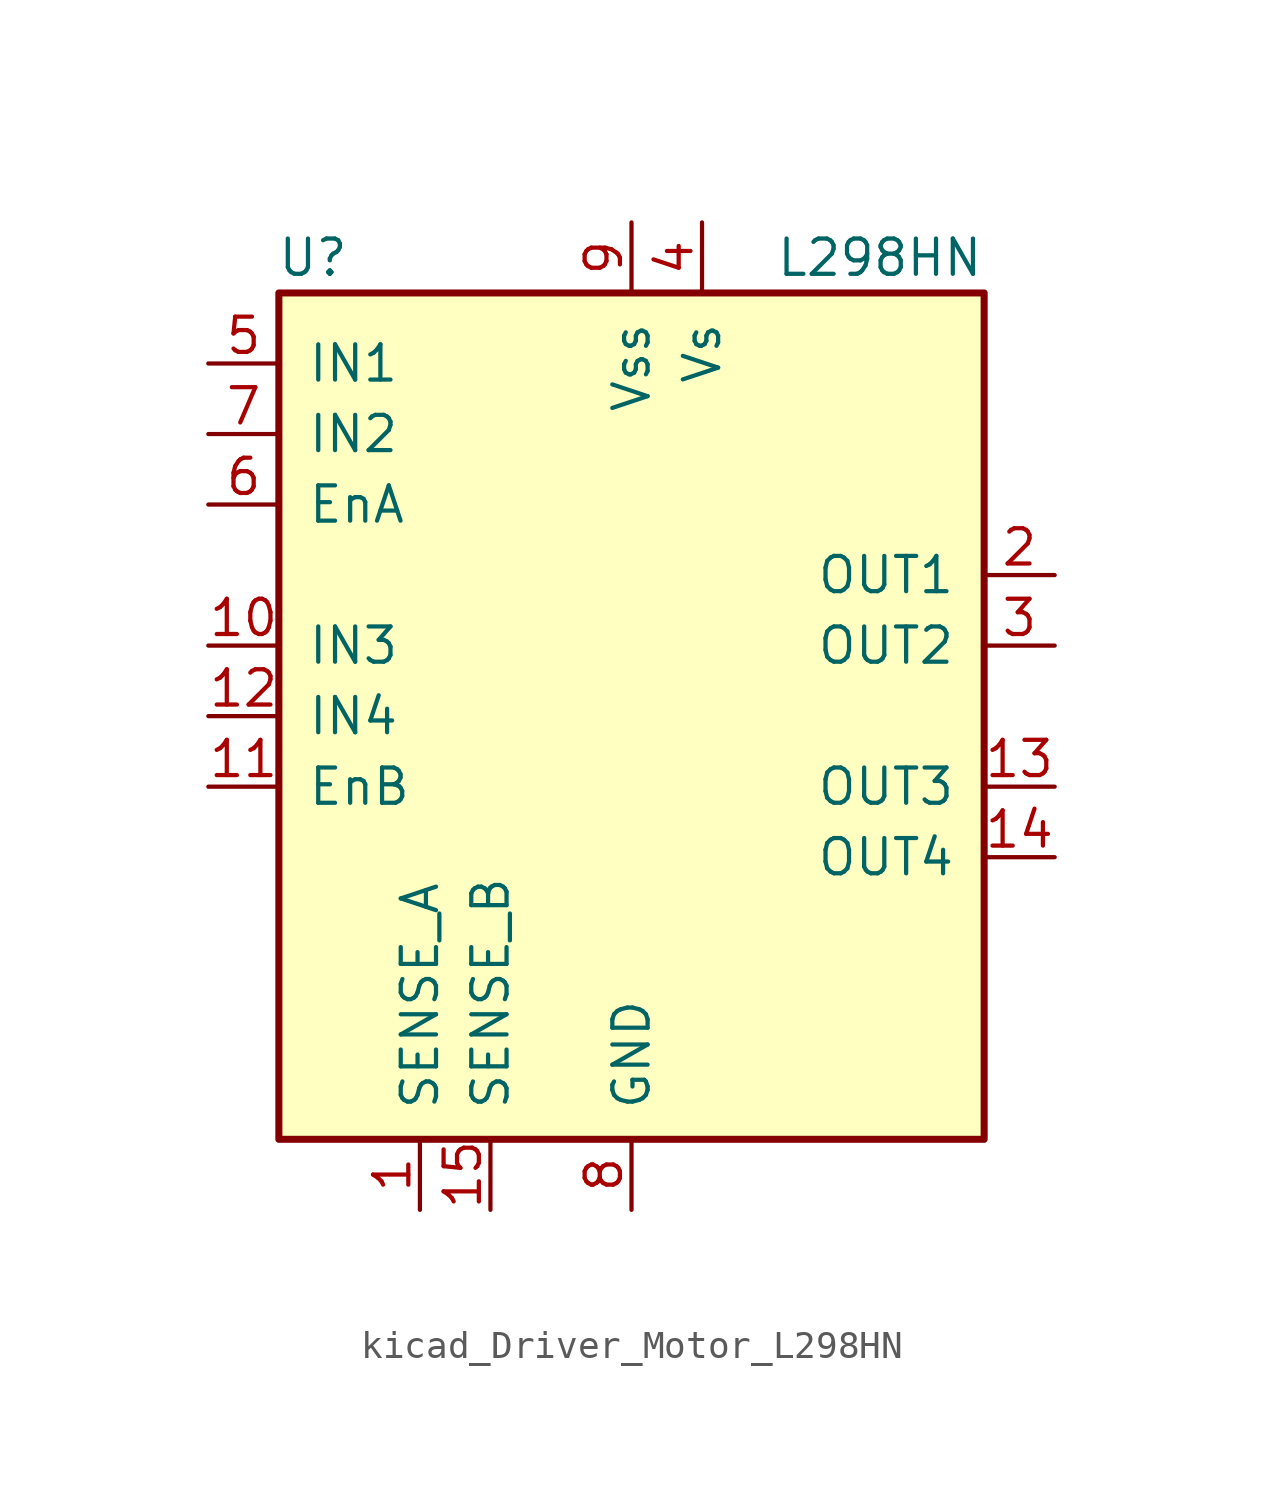
<source format=kicad_sym>
(kicad_symbol_lib
  (version 20220914)
  (generator kicad_symbol_editor)
  (symbol "kicad_Driver_Motor_L298HN"
    (pin_names
      (offset 1.016))
    (property "Reference" "U"
      (at -10.16 16.51 0)
      (effects (font (size 1.27 1.27)) (justify right)))
    (property "Value" "L298HN"
      (at 12.7 16.51 0)
      (effects (font (size 1.27 1.27)) (justify right)))
    (symbol "kicad_Driver_Motor_L298HN_0_1"
      (rectangle (start -12.7 15.24) (end 12.7 -15.24) (stroke (width 0.254) (type default)) (fill (type background))))
    (symbol "kicad_Driver_Motor_L298HN_1_1"
      (pin power_in line (at -7.62 -17.78 90) (length 2.54) (name "SENSE_A" (effects (font (size 1.27 1.27)))) (number "1" (effects (font (size 1.27 1.27)))))
      (pin input line (at -15.24 2.54 0) (length 2.54) (name "IN3" (effects (font (size 1.27 1.27)))) (number "10" (effects (font (size 1.27 1.27)))))
      (pin input line (at -15.24 -2.54 0) (length 2.54) (name "EnB" (effects (font (size 1.27 1.27)))) (number "11" (effects (font (size 1.27 1.27)))))
      (pin input line (at -15.24 0 0) (length 2.54) (name "IN4" (effects (font (size 1.27 1.27)))) (number "12" (effects (font (size 1.27 1.27)))))
      (pin output line (at 15.24 -2.54 180) (length 2.54) (name "OUT3" (effects (font (size 1.27 1.27)))) (number "13" (effects (font (size 1.27 1.27)))))
      (pin output line (at 15.24 -5.08 180) (length 2.54) (name "OUT4" (effects (font (size 1.27 1.27)))) (number "14" (effects (font (size 1.27 1.27)))))
      (pin power_in line (at -5.08 -17.78 90) (length 2.54) (name "SENSE_B" (effects (font (size 1.27 1.27)))) (number "15" (effects (font (size 1.27 1.27)))))
      (pin output line (at 15.24 5.08 180) (length 2.54) (name "OUT1" (effects (font (size 1.27 1.27)))) (number "2" (effects (font (size 1.27 1.27)))))
      (pin output line (at 15.24 2.54 180) (length 2.54) (name "OUT2" (effects (font (size 1.27 1.27)))) (number "3" (effects (font (size 1.27 1.27)))))
      (pin power_in line (at 2.54 17.78 270) (length 2.54) (name "Vs" (effects (font (size 1.27 1.27)))) (number "4" (effects (font (size 1.27 1.27)))))
      (pin input line (at -15.24 12.7 0) (length 2.54) (name "IN1" (effects (font (size 1.27 1.27)))) (number "5" (effects (font (size 1.27 1.27)))))
      (pin input line (at -15.24 7.62 0) (length 2.54) (name "EnA" (effects (font (size 1.27 1.27)))) (number "6" (effects (font (size 1.27 1.27)))))
      (pin input line (at -15.24 10.16 0) (length 2.54) (name "IN2" (effects (font (size 1.27 1.27)))) (number "7" (effects (font (size 1.27 1.27)))))
      (pin power_in line (at 0 -17.78 90) (length 2.54) (name "GND" (effects (font (size 1.27 1.27)))) (number "8" (effects (font (size 1.27 1.27)))))
      (pin power_in line (at 0 17.78 270) (length 2.54) (name "Vss" (effects (font (size 1.27 1.27)))) (number "9" (effects (font (size 1.27 1.27))))))))
</source>
